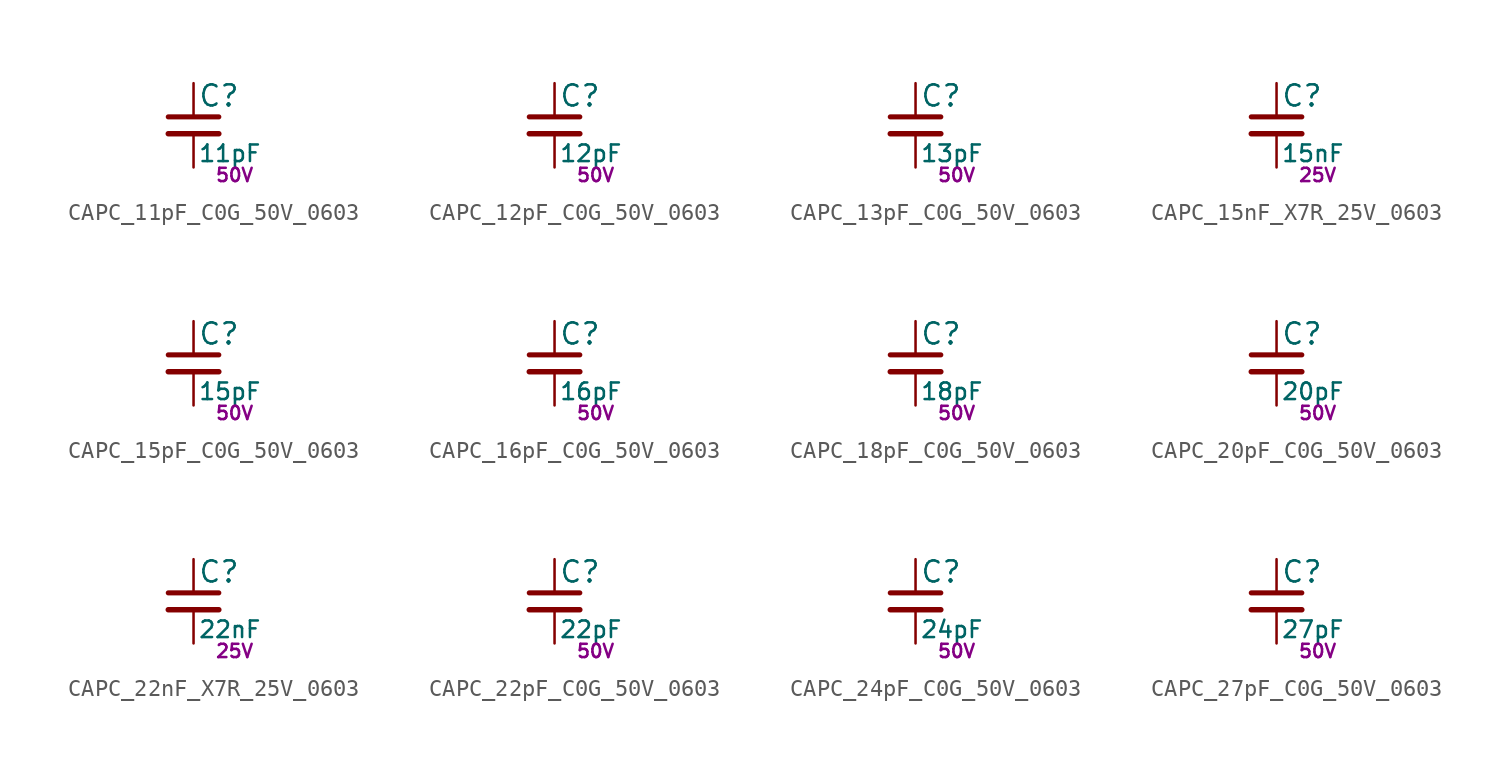
<source format=kicad_sym>
(kicad_symbol_lib
  (version 20211014)
  (generator kicad_LibGenerator)
  (symbol "CAPC_11pF_C0G_50V_0603"
    (pin_numbers hide)
    (pin_names
      (offset 0.254) hide)
    (property "Reference" "C"
      (at 0.254 1.778 0)
      (effects (font (size 1.27 1.27)) (justify left)))
    (property "Value" "11pF"
      (at 0.254 -1.7 0)
      (effects (font (size 1 1)) (justify left)))
    (property "Voltage" "50V"
      (at 1.27 -3 0)
      (effects (font (size 0.8 0.8)) (justify left)))
    (symbol "CAPC_11pF_C0G_50V_0603_0_1"
      (polyline (pts (xy -1.524 -0.508) (xy 1.524 -0.508)) (stroke (width 0.33) (type default) (color 0 0 0 0)) (fill (type none)))
      (polyline (pts (xy -1.524 0.508) (xy 1.524 0.508)) (stroke (width 0.305) (type default) (color 0 0 0 0)) (fill (type none))))
    (symbol "CAPC_11pF_C0G_50V_0603_1_1"
      (pin passive line (at 0 2.54 270) (length 2.032) (name "~" (effects (font (size 1.27 1.27)))) (number "1" (effects (font (size 1.27 1.27)))))
      (pin passive line (at 0 -2.54 90) (length 2.032) (name "~" (effects (font (size 1.27 1.27)))) (number "2" (effects (font (size 1.27 1.27)))))))
  (symbol "CAPC_12pF_C0G_50V_0603"
    (pin_numbers hide)
    (pin_names
      (offset 0.254) hide)
    (property "Reference" "C"
      (at 0.254 1.778 0)
      (effects (font (size 1.27 1.27)) (justify left)))
    (property "Value" "12pF"
      (at 0.254 -1.7 0)
      (effects (font (size 1 1)) (justify left)))
    (property "Voltage" "50V"
      (at 1.27 -3 0)
      (effects (font (size 0.8 0.8)) (justify left)))
    (symbol "CAPC_12pF_C0G_50V_0603_0_1"
      (polyline (pts (xy -1.524 -0.508) (xy 1.524 -0.508)) (stroke (width 0.33) (type default) (color 0 0 0 0)) (fill (type none)))
      (polyline (pts (xy -1.524 0.508) (xy 1.524 0.508)) (stroke (width 0.305) (type default) (color 0 0 0 0)) (fill (type none))))
    (symbol "CAPC_12pF_C0G_50V_0603_1_1"
      (pin passive line (at 0 2.54 270) (length 2.032) (name "~" (effects (font (size 1.27 1.27)))) (number "1" (effects (font (size 1.27 1.27)))))
      (pin passive line (at 0 -2.54 90) (length 2.032) (name "~" (effects (font (size 1.27 1.27)))) (number "2" (effects (font (size 1.27 1.27)))))))
  (symbol "CAPC_13pF_C0G_50V_0603"
    (pin_numbers hide)
    (pin_names
      (offset 0.254) hide)
    (property "Reference" "C"
      (at 0.254 1.778 0)
      (effects (font (size 1.27 1.27)) (justify left)))
    (property "Value" "13pF"
      (at 0.254 -1.7 0)
      (effects (font (size 1 1)) (justify left)))
    (property "Voltage" "50V"
      (at 1.27 -3 0)
      (effects (font (size 0.8 0.8)) (justify left)))
    (symbol "CAPC_13pF_C0G_50V_0603_0_1"
      (polyline (pts (xy -1.524 -0.508) (xy 1.524 -0.508)) (stroke (width 0.33) (type default) (color 0 0 0 0)) (fill (type none)))
      (polyline (pts (xy -1.524 0.508) (xy 1.524 0.508)) (stroke (width 0.305) (type default) (color 0 0 0 0)) (fill (type none))))
    (symbol "CAPC_13pF_C0G_50V_0603_1_1"
      (pin passive line (at 0 2.54 270) (length 2.032) (name "~" (effects (font (size 1.27 1.27)))) (number "1" (effects (font (size 1.27 1.27)))))
      (pin passive line (at 0 -2.54 90) (length 2.032) (name "~" (effects (font (size 1.27 1.27)))) (number "2" (effects (font (size 1.27 1.27)))))))
  (symbol "CAPC_15nF_X7R_25V_0603"
    (pin_numbers hide)
    (pin_names
      (offset 0.254) hide)
    (property "Reference" "C"
      (at 0.254 1.778 0)
      (effects (font (size 1.27 1.27)) (justify left)))
    (property "Value" "15nF"
      (at 0.254 -1.7 0)
      (effects (font (size 1 1)) (justify left)))
    (property "Voltage" "25V"
      (at 1.27 -3 0)
      (effects (font (size 0.8 0.8)) (justify left)))
    (symbol "CAPC_15nF_X7R_25V_0603_0_1"
      (polyline (pts (xy -1.524 -0.508) (xy 1.524 -0.508)) (stroke (width 0.33) (type default) (color 0 0 0 0)) (fill (type none)))
      (polyline (pts (xy -1.524 0.508) (xy 1.524 0.508)) (stroke (width 0.305) (type default) (color 0 0 0 0)) (fill (type none))))
    (symbol "CAPC_15nF_X7R_25V_0603_1_1"
      (pin passive line (at 0 2.54 270) (length 2.032) (name "~" (effects (font (size 1.27 1.27)))) (number "1" (effects (font (size 1.27 1.27)))))
      (pin passive line (at 0 -2.54 90) (length 2.032) (name "~" (effects (font (size 1.27 1.27)))) (number "2" (effects (font (size 1.27 1.27)))))))
  (symbol "CAPC_15pF_C0G_50V_0603"
    (pin_numbers hide)
    (pin_names
      (offset 0.254) hide)
    (property "Reference" "C"
      (at 0.254 1.778 0)
      (effects (font (size 1.27 1.27)) (justify left)))
    (property "Value" "15pF"
      (at 0.254 -1.7 0)
      (effects (font (size 1 1)) (justify left)))
    (property "Voltage" "50V"
      (at 1.27 -3 0)
      (effects (font (size 0.8 0.8)) (justify left)))
    (symbol "CAPC_15pF_C0G_50V_0603_0_1"
      (polyline (pts (xy -1.524 -0.508) (xy 1.524 -0.508)) (stroke (width 0.33) (type default) (color 0 0 0 0)) (fill (type none)))
      (polyline (pts (xy -1.524 0.508) (xy 1.524 0.508)) (stroke (width 0.305) (type default) (color 0 0 0 0)) (fill (type none))))
    (symbol "CAPC_15pF_C0G_50V_0603_1_1"
      (pin passive line (at 0 2.54 270) (length 2.032) (name "~" (effects (font (size 1.27 1.27)))) (number "1" (effects (font (size 1.27 1.27)))))
      (pin passive line (at 0 -2.54 90) (length 2.032) (name "~" (effects (font (size 1.27 1.27)))) (number "2" (effects (font (size 1.27 1.27)))))))
  (symbol "CAPC_16pF_C0G_50V_0603"
    (pin_numbers hide)
    (pin_names
      (offset 0.254) hide)
    (property "Reference" "C"
      (at 0.254 1.778 0)
      (effects (font (size 1.27 1.27)) (justify left)))
    (property "Value" "16pF"
      (at 0.254 -1.7 0)
      (effects (font (size 1 1)) (justify left)))
    (property "Voltage" "50V"
      (at 1.27 -3 0)
      (effects (font (size 0.8 0.8)) (justify left)))
    (symbol "CAPC_16pF_C0G_50V_0603_0_1"
      (polyline (pts (xy -1.524 -0.508) (xy 1.524 -0.508)) (stroke (width 0.33) (type default) (color 0 0 0 0)) (fill (type none)))
      (polyline (pts (xy -1.524 0.508) (xy 1.524 0.508)) (stroke (width 0.305) (type default) (color 0 0 0 0)) (fill (type none))))
    (symbol "CAPC_16pF_C0G_50V_0603_1_1"
      (pin passive line (at 0 2.54 270) (length 2.032) (name "~" (effects (font (size 1.27 1.27)))) (number "1" (effects (font (size 1.27 1.27)))))
      (pin passive line (at 0 -2.54 90) (length 2.032) (name "~" (effects (font (size 1.27 1.27)))) (number "2" (effects (font (size 1.27 1.27)))))))
  (symbol "CAPC_18pF_C0G_50V_0603"
    (pin_numbers hide)
    (pin_names
      (offset 0.254) hide)
    (property "Reference" "C"
      (at 0.254 1.778 0)
      (effects (font (size 1.27 1.27)) (justify left)))
    (property "Value" "18pF"
      (at 0.254 -1.7 0)
      (effects (font (size 1 1)) (justify left)))
    (property "Voltage" "50V"
      (at 1.27 -3 0)
      (effects (font (size 0.8 0.8)) (justify left)))
    (symbol "CAPC_18pF_C0G_50V_0603_0_1"
      (polyline (pts (xy -1.524 -0.508) (xy 1.524 -0.508)) (stroke (width 0.33) (type default) (color 0 0 0 0)) (fill (type none)))
      (polyline (pts (xy -1.524 0.508) (xy 1.524 0.508)) (stroke (width 0.305) (type default) (color 0 0 0 0)) (fill (type none))))
    (symbol "CAPC_18pF_C0G_50V_0603_1_1"
      (pin passive line (at 0 2.54 270) (length 2.032) (name "~" (effects (font (size 1.27 1.27)))) (number "1" (effects (font (size 1.27 1.27)))))
      (pin passive line (at 0 -2.54 90) (length 2.032) (name "~" (effects (font (size 1.27 1.27)))) (number "2" (effects (font (size 1.27 1.27)))))))
  (symbol "CAPC_20pF_C0G_50V_0603"
    (pin_numbers hide)
    (pin_names
      (offset 0.254) hide)
    (property "Reference" "C"
      (at 0.254 1.778 0)
      (effects (font (size 1.27 1.27)) (justify left)))
    (property "Value" "20pF"
      (at 0.254 -1.7 0)
      (effects (font (size 1 1)) (justify left)))
    (property "Voltage" "50V"
      (at 1.27 -3 0)
      (effects (font (size 0.8 0.8)) (justify left)))
    (symbol "CAPC_20pF_C0G_50V_0603_0_1"
      (polyline (pts (xy -1.524 -0.508) (xy 1.524 -0.508)) (stroke (width 0.33) (type default) (color 0 0 0 0)) (fill (type none)))
      (polyline (pts (xy -1.524 0.508) (xy 1.524 0.508)) (stroke (width 0.305) (type default) (color 0 0 0 0)) (fill (type none))))
    (symbol "CAPC_20pF_C0G_50V_0603_1_1"
      (pin passive line (at 0 2.54 270) (length 2.032) (name "~" (effects (font (size 1.27 1.27)))) (number "1" (effects (font (size 1.27 1.27)))))
      (pin passive line (at 0 -2.54 90) (length 2.032) (name "~" (effects (font (size 1.27 1.27)))) (number "2" (effects (font (size 1.27 1.27)))))))
  (symbol "CAPC_22nF_X7R_25V_0603"
    (pin_numbers hide)
    (pin_names
      (offset 0.254) hide)
    (property "Reference" "C"
      (at 0.254 1.778 0)
      (effects (font (size 1.27 1.27)) (justify left)))
    (property "Value" "22nF"
      (at 0.254 -1.7 0)
      (effects (font (size 1 1)) (justify left)))
    (property "Voltage" "25V"
      (at 1.27 -3 0)
      (effects (font (size 0.8 0.8)) (justify left)))
    (symbol "CAPC_22nF_X7R_25V_0603_0_1"
      (polyline (pts (xy -1.524 -0.508) (xy 1.524 -0.508)) (stroke (width 0.33) (type default) (color 0 0 0 0)) (fill (type none)))
      (polyline (pts (xy -1.524 0.508) (xy 1.524 0.508)) (stroke (width 0.305) (type default) (color 0 0 0 0)) (fill (type none))))
    (symbol "CAPC_22nF_X7R_25V_0603_1_1"
      (pin passive line (at 0 2.54 270) (length 2.032) (name "~" (effects (font (size 1.27 1.27)))) (number "1" (effects (font (size 1.27 1.27)))))
      (pin passive line (at 0 -2.54 90) (length 2.032) (name "~" (effects (font (size 1.27 1.27)))) (number "2" (effects (font (size 1.27 1.27)))))))
  (symbol "CAPC_22pF_C0G_50V_0603"
    (pin_numbers hide)
    (pin_names
      (offset 0.254) hide)
    (property "Reference" "C"
      (at 0.254 1.778 0)
      (effects (font (size 1.27 1.27)) (justify left)))
    (property "Value" "22pF"
      (at 0.254 -1.7 0)
      (effects (font (size 1 1)) (justify left)))
    (property "Voltage" "50V"
      (at 1.27 -3 0)
      (effects (font (size 0.8 0.8)) (justify left)))
    (symbol "CAPC_22pF_C0G_50V_0603_0_1"
      (polyline (pts (xy -1.524 -0.508) (xy 1.524 -0.508)) (stroke (width 0.33) (type default) (color 0 0 0 0)) (fill (type none)))
      (polyline (pts (xy -1.524 0.508) (xy 1.524 0.508)) (stroke (width 0.305) (type default) (color 0 0 0 0)) (fill (type none))))
    (symbol "CAPC_22pF_C0G_50V_0603_1_1"
      (pin passive line (at 0 2.54 270) (length 2.032) (name "~" (effects (font (size 1.27 1.27)))) (number "1" (effects (font (size 1.27 1.27)))))
      (pin passive line (at 0 -2.54 90) (length 2.032) (name "~" (effects (font (size 1.27 1.27)))) (number "2" (effects (font (size 1.27 1.27)))))))
  (symbol "CAPC_24pF_C0G_50V_0603"
    (pin_numbers hide)
    (pin_names
      (offset 0.254) hide)
    (property "Reference" "C"
      (at 0.254 1.778 0)
      (effects (font (size 1.27 1.27)) (justify left)))
    (property "Value" "24pF"
      (at 0.254 -1.7 0)
      (effects (font (size 1 1)) (justify left)))
    (property "Voltage" "50V"
      (at 1.27 -3 0)
      (effects (font (size 0.8 0.8)) (justify left)))
    (symbol "CAPC_24pF_C0G_50V_0603_0_1"
      (polyline (pts (xy -1.524 -0.508) (xy 1.524 -0.508)) (stroke (width 0.33) (type default) (color 0 0 0 0)) (fill (type none)))
      (polyline (pts (xy -1.524 0.508) (xy 1.524 0.508)) (stroke (width 0.305) (type default) (color 0 0 0 0)) (fill (type none))))
    (symbol "CAPC_24pF_C0G_50V_0603_1_1"
      (pin passive line (at 0 2.54 270) (length 2.032) (name "~" (effects (font (size 1.27 1.27)))) (number "1" (effects (font (size 1.27 1.27)))))
      (pin passive line (at 0 -2.54 90) (length 2.032) (name "~" (effects (font (size 1.27 1.27)))) (number "2" (effects (font (size 1.27 1.27)))))))
  (symbol "CAPC_27pF_C0G_50V_0603"
    (pin_numbers hide)
    (pin_names
      (offset 0.254) hide)
    (property "Reference" "C"
      (at 0.254 1.778 0)
      (effects (font (size 1.27 1.27)) (justify left)))
    (property "Value" "27pF"
      (at 0.254 -1.7 0)
      (effects (font (size 1 1)) (justify left)))
    (property "Voltage" "50V"
      (at 1.27 -3 0)
      (effects (font (size 0.8 0.8)) (justify left)))
    (symbol "CAPC_27pF_C0G_50V_0603_0_1"
      (polyline (pts (xy -1.524 -0.508) (xy 1.524 -0.508)) (stroke (width 0.33) (type default) (color 0 0 0 0)) (fill (type none)))
      (polyline (pts (xy -1.524 0.508) (xy 1.524 0.508)) (stroke (width 0.305) (type default) (color 0 0 0 0)) (fill (type none))))
    (symbol "CAPC_27pF_C0G_50V_0603_1_1"
      (pin passive line (at 0 2.54 270) (length 2.032) (name "~" (effects (font (size 1.27 1.27)))) (number "1" (effects (font (size 1.27 1.27)))))
      (pin passive line (at 0 -2.54 90) (length 2.032) (name "~" (effects (font (size 1.27 1.27)))) (number "2" (effects (font (size 1.27 1.27))))))))
</source>
